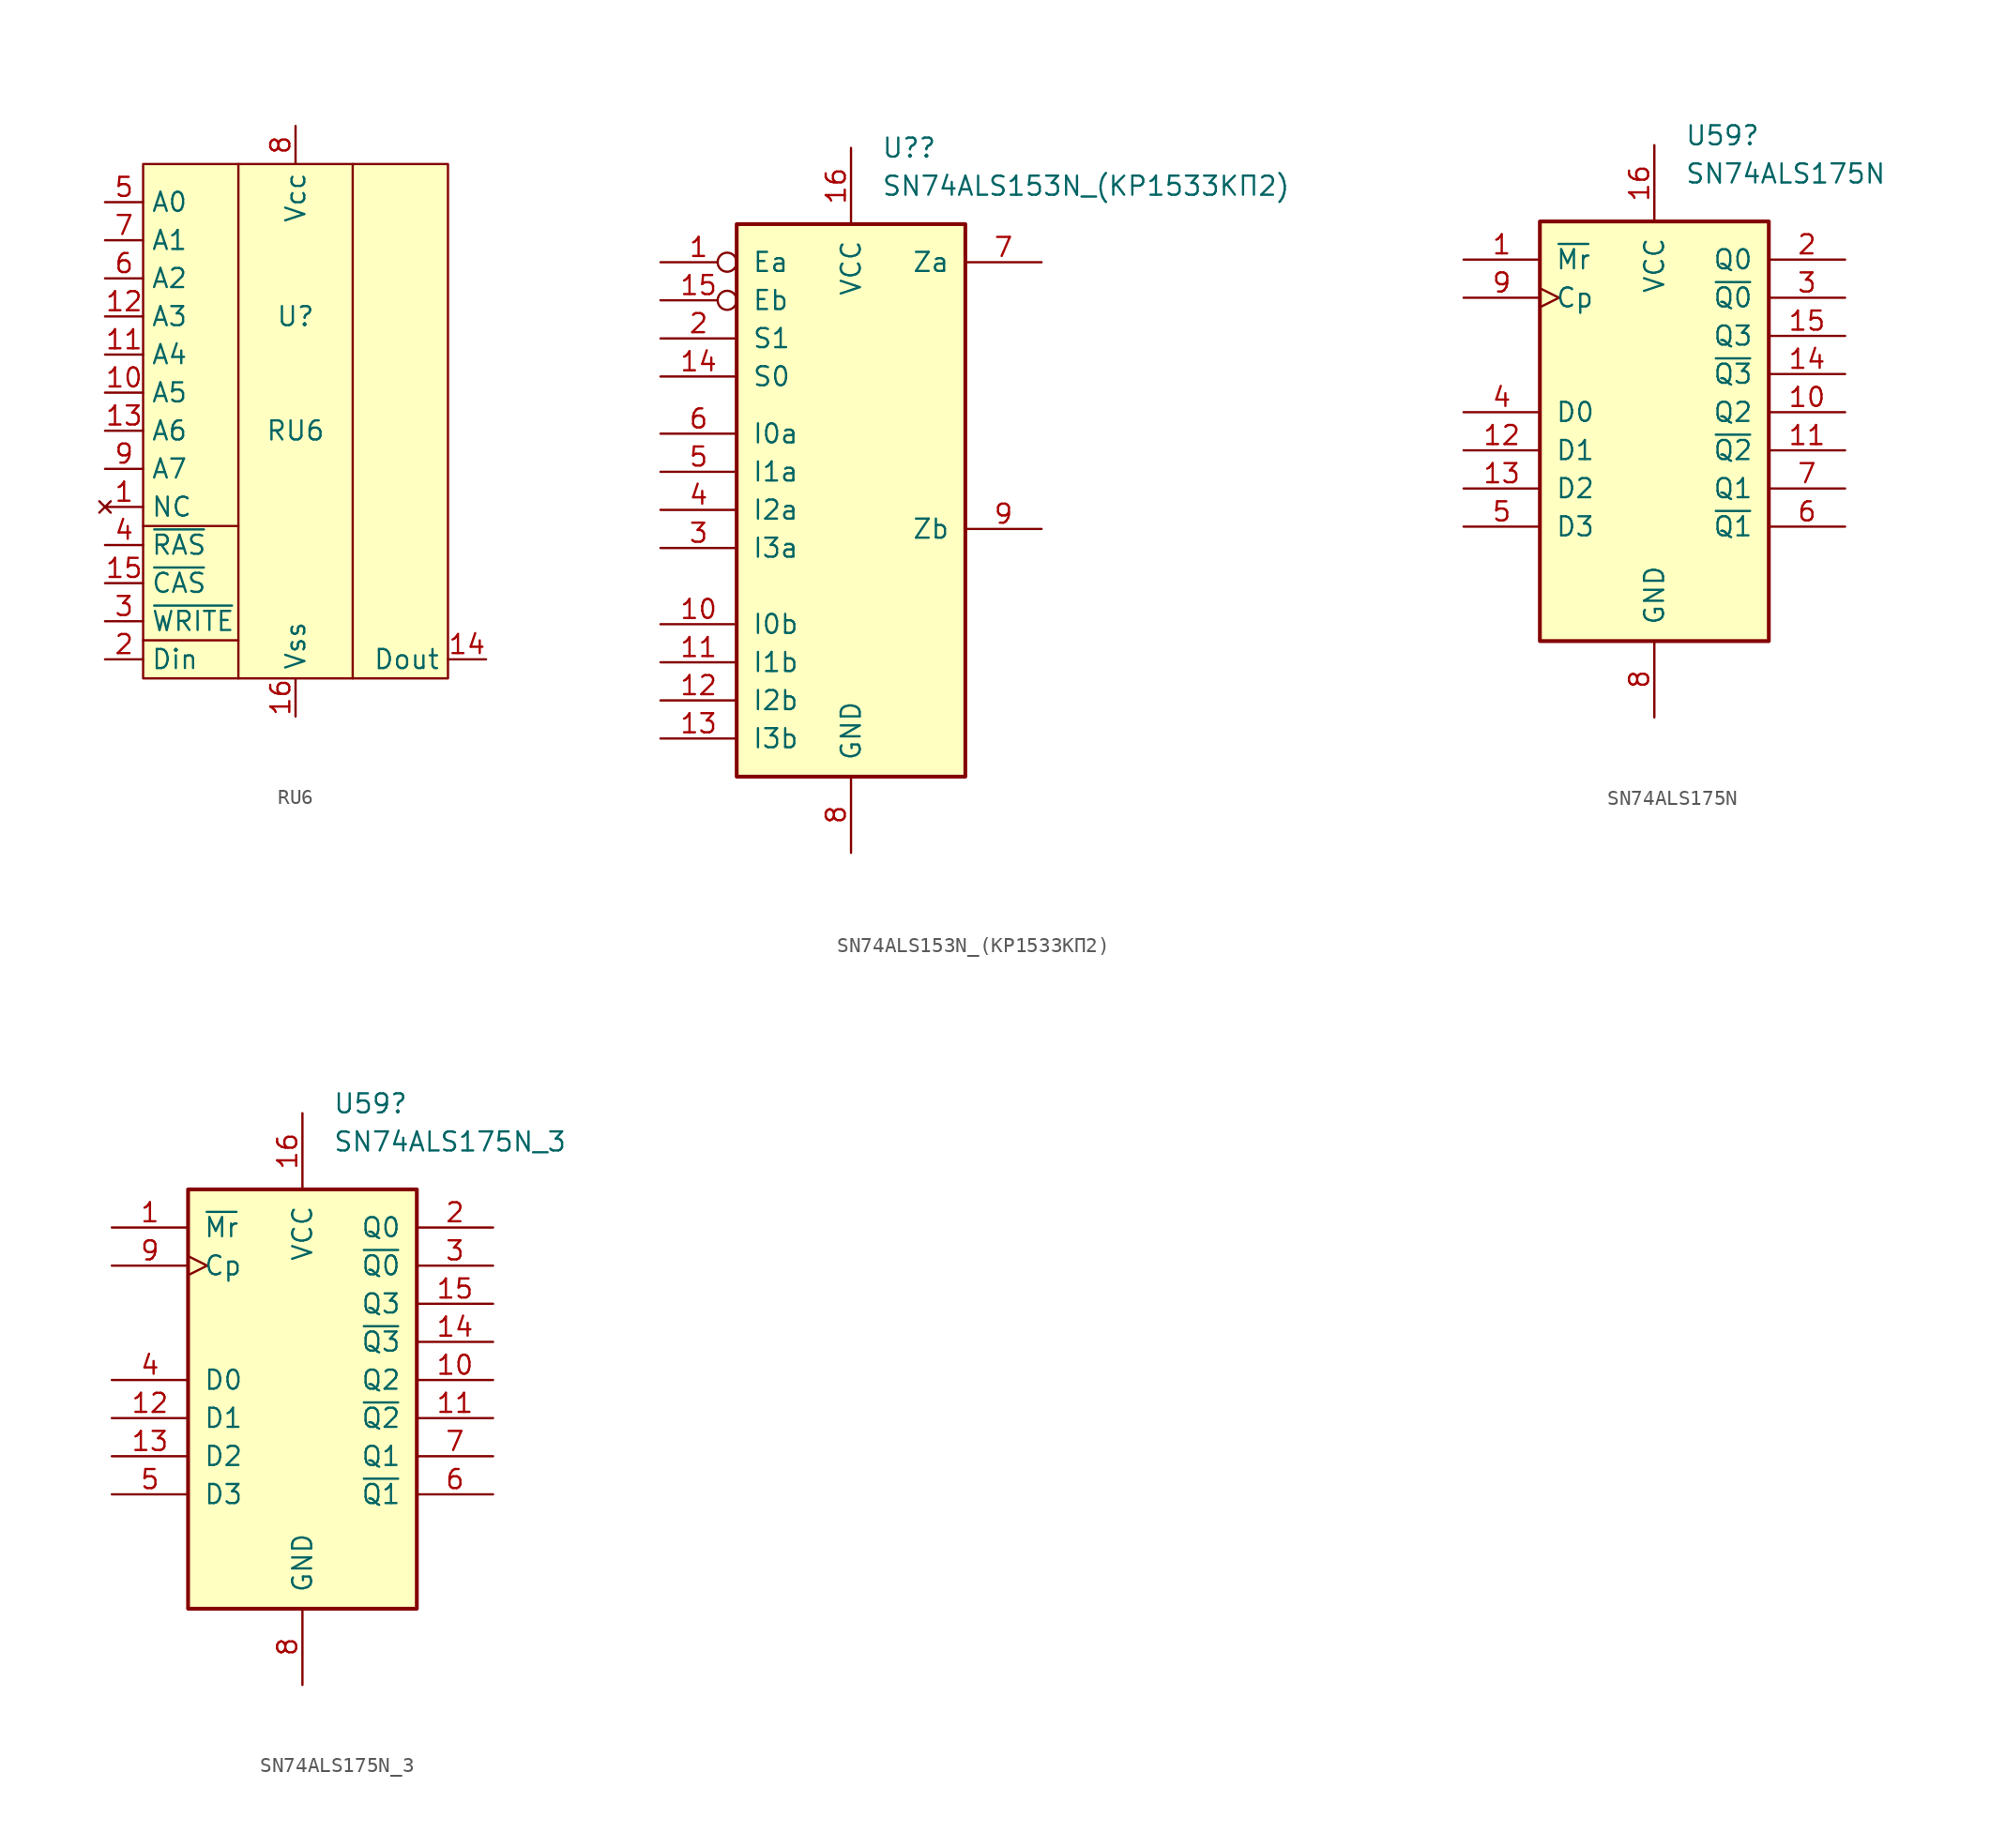
<source format=kicad_sym>
(kicad_symbol_lib
  (version 20220914)
  (generator kicad_symbol_editor)
  (symbol "RU6"
    (property "Reference" "U"
      (at 3.81 1.27 0)
      (effects (font (size 1.27 1.27))))
    (property "Value" "RU6"
      (at 3.81 -6.35 0)
      (effects (font (size 1.27 1.27))))
    (symbol "RU6_0_0"
      (pin no_connect line (at -8.89 -11.43 0) (length 2.54) (name "NC" (effects (font (size 1.27 1.27)))) (number "1" (effects (font (size 1.27 1.27)))))
      (pin bidirectional line (at -8.89 -3.81 0) (length 2.54) (name "A5" (effects (font (size 1.27 1.27)))) (number "10" (effects (font (size 1.27 1.27)))))
      (pin bidirectional line (at -8.89 -1.27 0) (length 2.54) (name "A4" (effects (font (size 1.27 1.27)))) (number "11" (effects (font (size 1.27 1.27)))))
      (pin bidirectional line (at -8.89 1.27 0) (length 2.54) (name "A3" (effects (font (size 1.27 1.27)))) (number "12" (effects (font (size 1.27 1.27)))))
      (pin bidirectional line (at -8.89 -6.35 0) (length 2.54) (name "A6" (effects (font (size 1.27 1.27)))) (number "13" (effects (font (size 1.27 1.27)))))
      (pin bidirectional line (at 16.51 -21.59 180) (length 2.54) (name "Dout" (effects (font (size 1.27 1.27)))) (number "14" (effects (font (size 1.27 1.27)))))
      (pin bidirectional line (at -8.89 -16.51 0) (length 2.54) (name "~{CAS}" (effects (font (size 1.27 1.27)))) (number "15" (effects (font (size 1.27 1.27)))))
      (pin power_in line (at 3.81 -25.4 90) (length 2.54) (name "Vss" (effects (font (size 1.27 1.27)))) (number "16" (effects (font (size 1.27 1.27)))))
      (pin bidirectional line (at -8.89 -21.59 0) (length 2.54) (name "Din" (effects (font (size 1.27 1.27)))) (number "2" (effects (font (size 1.27 1.27)))))
      (pin bidirectional line (at -8.89 -19.05 0) (length 2.54) (name "~{WRITE}" (effects (font (size 1.27 1.27)))) (number "3" (effects (font (size 1.27 1.27)))))
      (pin bidirectional line (at -8.89 -13.97 0) (length 2.54) (name "~{RAS}" (effects (font (size 1.27 1.27)))) (number "4" (effects (font (size 1.27 1.27)))))
      (pin bidirectional line (at -8.89 8.89 0) (length 2.54) (name "A0" (effects (font (size 1.27 1.27)))) (number "5" (effects (font (size 1.27 1.27)))))
      (pin bidirectional line (at -8.89 3.81 0) (length 2.54) (name "A2" (effects (font (size 1.27 1.27)))) (number "6" (effects (font (size 1.27 1.27)))))
      (pin bidirectional line (at -8.89 6.35 0) (length 2.54) (name "A1" (effects (font (size 1.27 1.27)))) (number "7" (effects (font (size 1.27 1.27)))))
      (pin power_in line (at 3.81 13.97 270) (length 2.54) (name "Vcc" (effects (font (size 1.27 1.27)))) (number "8" (effects (font (size 1.27 1.27)))))
      (pin bidirectional line (at -8.89 -8.89 0) (length 2.54) (name "A7" (effects (font (size 1.27 1.27)))) (number "9" (effects (font (size 1.27 1.27))))))
    (symbol "RU6_0_1"
      (rectangle (start -6.35 11.43) (end 13.97 -22.86) (stroke (width 0) (type default)) (fill (type background)))
      (polyline (pts (xy -6.35 -20.32) (xy 0 -20.32)) (stroke (width 0) (type default)) (fill (type none)))
      (polyline (pts (xy -6.35 -12.7) (xy 0 -12.7)) (stroke (width 0) (type default)) (fill (type none)))
      (polyline (pts (xy 0 -22.86) (xy 0 11.43)) (stroke (width 0) (type default)) (fill (type none)))
      (polyline (pts (xy 7.62 -22.86) (xy 7.62 11.43)) (stroke (width 0) (type default)) (fill (type none)))))
  (symbol "SN74ALS153N_(КР1533КП2)"
    (pin_names
      (offset 1.016))
    (property "Reference" "U?"
      (at 2.019 25.4 0)
      (effects (font (size 1.27 1.27)) (justify left)))
    (property "Value" "SN74ALS153N_(КР1533КП2)"
      (at 2.019 22.86 0)
      (effects (font (size 1.27 1.27)) (justify left)))
    (property "ki_locked" ""
      (at 0 0 0)
      (effects (font (size 1.27 1.27))))
    (symbol "SN74ALS153N_(КР1533КП2)_1_0"
      (pin input inverted (at -12.7 17.78 0) (length 5.08) (name "Ea" (effects (font (size 1.27 1.27)))) (number "1" (effects (font (size 1.27 1.27)))))
      (pin input line (at -12.7 -6.35 0) (length 5.08) (name "I0b" (effects (font (size 1.27 1.27)))) (number "10" (effects (font (size 1.27 1.27)))))
      (pin input line (at -12.7 -8.89 0) (length 5.08) (name "I1b" (effects (font (size 1.27 1.27)))) (number "11" (effects (font (size 1.27 1.27)))))
      (pin input line (at -12.7 -11.43 0) (length 5.08) (name "I2b" (effects (font (size 1.27 1.27)))) (number "12" (effects (font (size 1.27 1.27)))))
      (pin input line (at -12.7 -13.97 0) (length 5.08) (name "I3b" (effects (font (size 1.27 1.27)))) (number "13" (effects (font (size 1.27 1.27)))))
      (pin input line (at -12.7 10.16 0) (length 5.08) (name "S0" (effects (font (size 1.27 1.27)))) (number "14" (effects (font (size 1.27 1.27)))))
      (pin input inverted (at -12.7 15.24 0) (length 5.08) (name "Eb" (effects (font (size 1.27 1.27)))) (number "15" (effects (font (size 1.27 1.27)))))
      (pin power_in line (at 0 25.4 270) (length 5.08) (name "VCC" (effects (font (size 1.27 1.27)))) (number "16" (effects (font (size 1.27 1.27)))))
      (pin input line (at -12.7 12.7 0) (length 5.08) (name "S1" (effects (font (size 1.27 1.27)))) (number "2" (effects (font (size 1.27 1.27)))))
      (pin input line (at -12.7 -1.27 0) (length 5.08) (name "I3a" (effects (font (size 1.27 1.27)))) (number "3" (effects (font (size 1.27 1.27)))))
      (pin input line (at -12.7 1.27 0) (length 5.08) (name "I2a" (effects (font (size 1.27 1.27)))) (number "4" (effects (font (size 1.27 1.27)))))
      (pin input line (at -12.7 3.81 0) (length 5.08) (name "I1a" (effects (font (size 1.27 1.27)))) (number "5" (effects (font (size 1.27 1.27)))))
      (pin input line (at -12.7 6.35 0) (length 5.08) (name "I0a" (effects (font (size 1.27 1.27)))) (number "6" (effects (font (size 1.27 1.27)))))
      (pin output line (at 12.7 17.78 180) (length 5.08) (name "Za" (effects (font (size 1.27 1.27)))) (number "7" (effects (font (size 1.27 1.27)))))
      (pin power_in line (at 0 -21.59 90) (length 5.08) (name "GND" (effects (font (size 1.27 1.27)))) (number "8" (effects (font (size 1.27 1.27)))))
      (pin output line (at 12.7 0 180) (length 5.08) (name "Zb" (effects (font (size 1.27 1.27)))) (number "9" (effects (font (size 1.27 1.27))))))
    (symbol "SN74ALS153N_(КР1533КП2)_1_1"
      (rectangle (start -7.62 20.32) (end 7.62 -16.51) (stroke (width 0.254) (type default)) (fill (type background)))))
  (symbol "SN74ALS175N"
    (pin_names
      (offset 1.016))
    (property "Reference" "U59"
      (at 2.019 18.415 0)
      (effects (font (size 1.27 1.27)) (justify left)))
    (property "Value" "SN74ALS175N"
      (at 2.019 15.875 0)
      (effects (font (size 1.27 1.27)) (justify left)))
    (property "ki_locked" ""
      (at 0 0 0)
      (effects (font (size 1.27 1.27))))
    (symbol "SN74ALS175N_1_0"
      (pin input line (at -12.7 10.16 0) (length 5.08) (name "~{Mr}" (effects (font (size 1.27 1.27)))) (number "1" (effects (font (size 1.27 1.27)))))
      (pin output line (at 12.7 0 180) (length 5.08) (name "Q2" (effects (font (size 1.27 1.27)))) (number "10" (effects (font (size 1.27 1.27)))))
      (pin output line (at 12.7 -2.54 180) (length 5.08) (name "~{Q2}" (effects (font (size 1.27 1.27)))) (number "11" (effects (font (size 1.27 1.27)))))
      (pin input line (at -12.7 -2.54 0) (length 5.08) (name "D1" (effects (font (size 1.27 1.27)))) (number "12" (effects (font (size 1.27 1.27)))))
      (pin input line (at -12.7 -5.08 0) (length 5.08) (name "D2" (effects (font (size 1.27 1.27)))) (number "13" (effects (font (size 1.27 1.27)))))
      (pin output line (at 12.7 2.54 180) (length 5.08) (name "~{Q3}" (effects (font (size 1.27 1.27)))) (number "14" (effects (font (size 1.27 1.27)))))
      (pin output line (at 12.7 5.08 180) (length 5.08) (name "Q3" (effects (font (size 1.27 1.27)))) (number "15" (effects (font (size 1.27 1.27)))))
      (pin power_in line (at 0 17.78 270) (length 5.08) (name "VCC" (effects (font (size 1.27 1.27)))) (number "16" (effects (font (size 1.27 1.27)))))
      (pin output line (at 12.7 10.16 180) (length 5.08) (name "Q0" (effects (font (size 1.27 1.27)))) (number "2" (effects (font (size 1.27 1.27)))))
      (pin output line (at 12.7 7.62 180) (length 5.08) (name "~{Q0}" (effects (font (size 1.27 1.27)))) (number "3" (effects (font (size 1.27 1.27)))))
      (pin input line (at -12.7 0 0) (length 5.08) (name "D0" (effects (font (size 1.27 1.27)))) (number "4" (effects (font (size 1.27 1.27)))))
      (pin input line (at -12.7 -7.62 0) (length 5.08) (name "D3" (effects (font (size 1.27 1.27)))) (number "5" (effects (font (size 1.27 1.27)))))
      (pin output line (at 12.7 -7.62 180) (length 5.08) (name "~{Q1}" (effects (font (size 1.27 1.27)))) (number "6" (effects (font (size 1.27 1.27)))))
      (pin output line (at 12.7 -5.08 180) (length 5.08) (name "Q1" (effects (font (size 1.27 1.27)))) (number "7" (effects (font (size 1.27 1.27)))))
      (pin power_in line (at 0 -20.32 90) (length 5.08) (name "GND" (effects (font (size 1.27 1.27)))) (number "8" (effects (font (size 1.27 1.27)))))
      (pin input clock (at -12.7 7.62 0) (length 5.08) (name "Cp" (effects (font (size 1.27 1.27)))) (number "9" (effects (font (size 1.27 1.27))))))
    (symbol "SN74ALS175N_1_1"
      (rectangle (start -7.62 12.7) (end 7.62 -15.24) (stroke (width 0.254) (type default)) (fill (type background)))))
  (symbol "SN74ALS175N_3"
    (pin_names
      (offset 1.016))
    (property "Reference" "U59"
      (at 2.019 18.415 0)
      (effects (font (size 1.27 1.27)) (justify left)))
    (property "Value" "SN74ALS175N_3"
      (at 2.019 15.875 0)
      (effects (font (size 1.27 1.27)) (justify left)))
    (property "ki_locked" ""
      (at 0 0 0)
      (effects (font (size 1.27 1.27))))
    (symbol "SN74ALS175N_3_1_0"
      (pin input line (at -12.7 10.16 0) (length 5.08) (name "~{Mr}" (effects (font (size 1.27 1.27)))) (number "1" (effects (font (size 1.27 1.27)))))
      (pin output line (at 12.7 0 180) (length 5.08) (name "Q2" (effects (font (size 1.27 1.27)))) (number "10" (effects (font (size 1.27 1.27)))))
      (pin output line (at 12.7 -2.54 180) (length 5.08) (name "~{Q2}" (effects (font (size 1.27 1.27)))) (number "11" (effects (font (size 1.27 1.27)))))
      (pin input line (at -12.7 -2.54 0) (length 5.08) (name "D1" (effects (font (size 1.27 1.27)))) (number "12" (effects (font (size 1.27 1.27)))))
      (pin input line (at -12.7 -5.08 0) (length 5.08) (name "D2" (effects (font (size 1.27 1.27)))) (number "13" (effects (font (size 1.27 1.27)))))
      (pin output line (at 12.7 2.54 180) (length 5.08) (name "~{Q3}" (effects (font (size 1.27 1.27)))) (number "14" (effects (font (size 1.27 1.27)))))
      (pin output line (at 12.7 5.08 180) (length 5.08) (name "Q3" (effects (font (size 1.27 1.27)))) (number "15" (effects (font (size 1.27 1.27)))))
      (pin power_in line (at 0 17.78 270) (length 5.08) (name "VCC" (effects (font (size 1.27 1.27)))) (number "16" (effects (font (size 1.27 1.27)))))
      (pin output line (at 12.7 10.16 180) (length 5.08) (name "Q0" (effects (font (size 1.27 1.27)))) (number "2" (effects (font (size 1.27 1.27)))))
      (pin output line (at 12.7 7.62 180) (length 5.08) (name "~{Q0}" (effects (font (size 1.27 1.27)))) (number "3" (effects (font (size 1.27 1.27)))))
      (pin input line (at -12.7 0 0) (length 5.08) (name "D0" (effects (font (size 1.27 1.27)))) (number "4" (effects (font (size 1.27 1.27)))))
      (pin input line (at -12.7 -7.62 0) (length 5.08) (name "D3" (effects (font (size 1.27 1.27)))) (number "5" (effects (font (size 1.27 1.27)))))
      (pin output line (at 12.7 -7.62 180) (length 5.08) (name "~{Q1}" (effects (font (size 1.27 1.27)))) (number "6" (effects (font (size 1.27 1.27)))))
      (pin output line (at 12.7 -5.08 180) (length 5.08) (name "Q1" (effects (font (size 1.27 1.27)))) (number "7" (effects (font (size 1.27 1.27)))))
      (pin power_in line (at 0 -20.32 90) (length 5.08) (name "GND" (effects (font (size 1.27 1.27)))) (number "8" (effects (font (size 1.27 1.27)))))
      (pin input clock (at -12.7 7.62 0) (length 5.08) (name "Cp" (effects (font (size 1.27 1.27)))) (number "9" (effects (font (size 1.27 1.27))))))
    (symbol "SN74ALS175N_3_1_1"
      (rectangle (start -7.62 12.7) (end 7.62 -15.24) (stroke (width 0.254) (type default)) (fill (type background))))))
</source>
